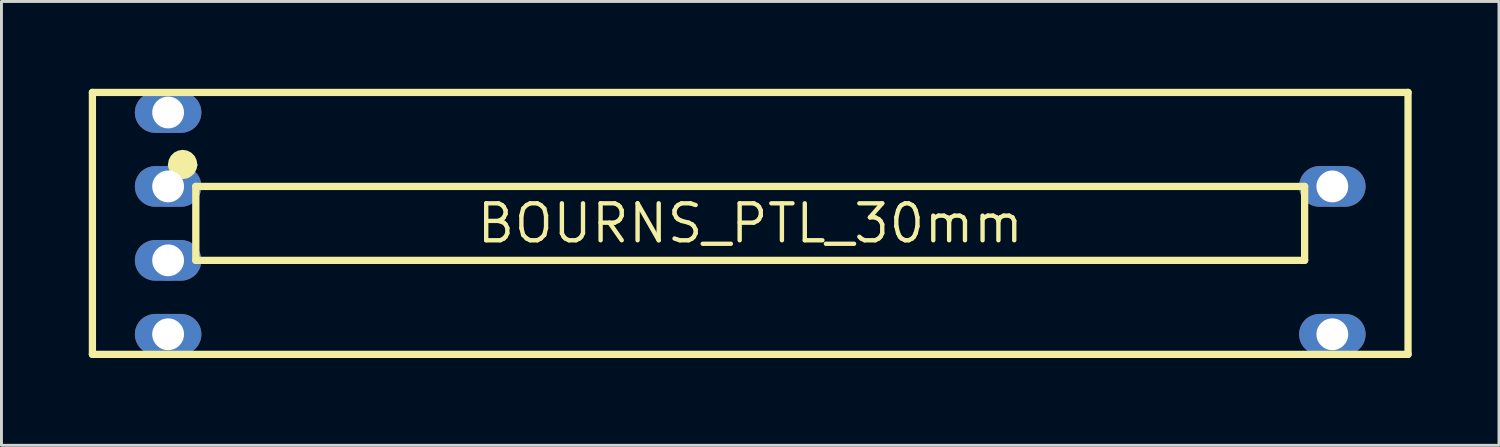
<source format=kicad_pcb>
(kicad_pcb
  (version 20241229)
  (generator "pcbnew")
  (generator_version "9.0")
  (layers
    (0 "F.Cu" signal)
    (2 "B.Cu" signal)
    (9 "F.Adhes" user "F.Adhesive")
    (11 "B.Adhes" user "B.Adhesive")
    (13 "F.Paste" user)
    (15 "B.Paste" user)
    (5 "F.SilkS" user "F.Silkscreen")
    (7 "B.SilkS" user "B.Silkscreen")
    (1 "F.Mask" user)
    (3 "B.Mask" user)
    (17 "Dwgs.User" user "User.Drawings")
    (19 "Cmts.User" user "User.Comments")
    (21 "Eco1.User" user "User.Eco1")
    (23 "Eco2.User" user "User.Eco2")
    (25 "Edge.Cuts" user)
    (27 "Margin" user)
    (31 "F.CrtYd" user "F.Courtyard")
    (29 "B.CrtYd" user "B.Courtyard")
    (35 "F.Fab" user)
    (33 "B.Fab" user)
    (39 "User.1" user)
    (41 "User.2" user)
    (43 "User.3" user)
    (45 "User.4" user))
  (footprint "BOURNS_PTL_30mm"
    (layer "F.Cu")
    (at 22.726 4.625)
    (property "Reference" "BOURNS_PTL_30mm" (at 0 0 0) (layer "F.SilkS") (effects (font (size 1.27 1.27) (thickness 0.15))))
    (fp_poly (pts (xy -19.446 -4.5) (xy -19.34 -4.474) (xy -19.239 -4.432) (xy -19.145 -4.375) (xy -19.061 -4.304) (xy -18.99 -4.221) (xy -18.933 -4.127) (xy -18.891 -4.026) (xy -18.866 -3.919) (xy -18.857 -3.81) (xy -18.866 -3.701) (xy -18.891 -3.594) (xy -18.933 -3.493) (xy -18.99 -3.399) (xy -19.061 -3.316) (xy -19.145 -3.245) (xy -19.239 -3.188) (xy -19.34 -3.146) (xy -19.446 -3.12) (xy -19.556 -3.111) (xy -20.444 -3.111) (xy -20.554 -3.12) (xy -20.66 -3.146) (xy -20.761 -3.188) (xy -20.855 -3.245) (xy -20.939 -3.316) (xy -21.01 -3.399) (xy -21.067 -3.493) (xy -21.109 -3.594) (xy -21.134 -3.701) (xy -21.143 -3.81) (xy -21.134 -3.919) (xy -21.109 -4.026) (xy -21.067 -4.127) (xy -21.01 -4.221) (xy -20.939 -4.304) (xy -20.855 -4.375) (xy -20.761 -4.432) (xy -20.66 -4.474) (xy -20.554 -4.5) (xy -20.444 -4.508) (xy -19.556 -4.508)) (stroke (width 0) (type default)) (fill yes) (layer "F.Cu"))
    (fp_poly (pts (xy -19.446 -1.96) (xy -19.34 -1.934) (xy -19.239 -1.892) (xy -19.145 -1.835) (xy -19.061 -1.764) (xy -18.99 -1.681) (xy -18.933 -1.587) (xy -18.891 -1.486) (xy -18.866 -1.379) (xy -18.857 -1.27) (xy -18.866 -1.161) (xy -18.891 -1.054) (xy -18.933 -0.953) (xy -18.99 -0.859) (xy -19.061 -0.776) (xy -19.145 -0.705) (xy -19.239 -0.648) (xy -19.34 -0.606) (xy -19.446 -0.58) (xy -19.556 -0.571) (xy -20.444 -0.571) (xy -20.554 -0.58) (xy -20.66 -0.606) (xy -20.761 -0.648) (xy -20.855 -0.705) (xy -20.939 -0.776) (xy -21.01 -0.859) (xy -21.067 -0.953) (xy -21.109 -1.054) (xy -21.134 -1.161) (xy -21.143 -1.27) (xy -21.134 -1.379) (xy -21.109 -1.486) (xy -21.067 -1.587) (xy -21.01 -1.681) (xy -20.939 -1.764) (xy -20.855 -1.835) (xy -20.761 -1.892) (xy -20.66 -1.934) (xy -20.554 -1.96) (xy -20.444 -1.969) (xy -19.556 -1.969)) (stroke (width 0) (type default)) (fill yes) (layer "F.Cu"))
    (fp_poly (pts (xy -19.446 0.58) (xy -19.34 0.606) (xy -19.239 0.648) (xy -19.145 0.705) (xy -19.061 0.776) (xy -18.99 0.859) (xy -18.933 0.953) (xy -18.891 1.054) (xy -18.866 1.161) (xy -18.857 1.27) (xy -18.866 1.379) (xy -18.891 1.486) (xy -18.933 1.587) (xy -18.99 1.681) (xy -19.061 1.764) (xy -19.145 1.835) (xy -19.239 1.892) (xy -19.34 1.934) (xy -19.446 1.96) (xy -19.556 1.969) (xy -20.444 1.969) (xy -20.554 1.96) (xy -20.66 1.934) (xy -20.761 1.892) (xy -20.855 1.835) (xy -20.939 1.764) (xy -21.01 1.681) (xy -21.067 1.587) (xy -21.109 1.486) (xy -21.134 1.379) (xy -21.143 1.27) (xy -21.134 1.161) (xy -21.109 1.054) (xy -21.067 0.953) (xy -21.01 0.859) (xy -20.939 0.776) (xy -20.855 0.705) (xy -20.761 0.648) (xy -20.66 0.606) (xy -20.554 0.58) (xy -20.444 0.571) (xy -19.556 0.571)) (stroke (width 0) (type default)) (fill yes) (layer "F.Cu"))
    (fp_poly (pts (xy -19.446 3.12) (xy -19.34 3.146) (xy -19.239 3.188) (xy -19.145 3.245) (xy -19.061 3.316) (xy -18.99 3.399) (xy -18.933 3.493) (xy -18.891 3.594) (xy -18.866 3.701) (xy -18.857 3.81) (xy -18.866 3.919) (xy -18.891 4.026) (xy -18.933 4.127) (xy -18.99 4.221) (xy -19.061 4.304) (xy -19.145 4.375) (xy -19.239 4.432) (xy -19.34 4.474) (xy -19.446 4.5) (xy -19.556 4.508) (xy -20.444 4.508) (xy -20.554 4.5) (xy -20.66 4.474) (xy -20.761 4.432) (xy -20.855 4.375) (xy -20.939 4.304) (xy -21.01 4.221) (xy -21.067 4.127) (xy -21.109 4.026) (xy -21.134 3.919) (xy -21.143 3.81) (xy -21.134 3.701) (xy -21.109 3.594) (xy -21.067 3.493) (xy -21.01 3.399) (xy -20.939 3.316) (xy -20.855 3.245) (xy -20.761 3.188) (xy -20.66 3.146) (xy -20.554 3.12) (xy -20.444 3.111) (xy -19.556 3.111)) (stroke (width 0) (type default)) (fill yes) (layer "F.Cu"))
    (fp_poly (pts (xy 20.554 -1.96) (xy 20.66 -1.934) (xy 20.761 -1.892) (xy 20.855 -1.835) (xy 20.939 -1.764) (xy 21.01 -1.681) (xy 21.067 -1.587) (xy 21.109 -1.486) (xy 21.134 -1.379) (xy 21.143 -1.27) (xy 21.134 -1.161) (xy 21.109 -1.054) (xy 21.067 -0.953) (xy 21.01 -0.859) (xy 20.939 -0.776) (xy 20.855 -0.705) (xy 20.761 -0.648) (xy 20.66 -0.606) (xy 20.554 -0.58) (xy 20.444 -0.571) (xy 19.556 -0.571) (xy 19.446 -0.58) (xy 19.34 -0.606) (xy 19.239 -0.648) (xy 19.145 -0.705) (xy 19.061 -0.776) (xy 18.99 -0.859) (xy 18.933 -0.953) (xy 18.891 -1.054) (xy 18.866 -1.161) (xy 18.857 -1.27) (xy 18.866 -1.379) (xy 18.891 -1.486) (xy 18.933 -1.587) (xy 18.99 -1.681) (xy 19.061 -1.764) (xy 19.145 -1.835) (xy 19.239 -1.892) (xy 19.34 -1.934) (xy 19.446 -1.96) (xy 19.556 -1.969) (xy 20.444 -1.969)) (stroke (width 0) (type default)) (fill yes) (layer "F.Cu"))
    (fp_poly (pts (xy 20.554 3.12) (xy 20.66 3.146) (xy 20.761 3.188) (xy 20.855 3.245) (xy 20.939 3.316) (xy 21.01 3.399) (xy 21.067 3.493) (xy 21.109 3.594) (xy 21.134 3.701) (xy 21.143 3.81) (xy 21.134 3.919) (xy 21.109 4.026) (xy 21.067 4.127) (xy 21.01 4.221) (xy 20.939 4.304) (xy 20.855 4.375) (xy 20.761 4.432) (xy 20.66 4.474) (xy 20.554 4.5) (xy 20.444 4.508) (xy 19.556 4.508) (xy 19.446 4.5) (xy 19.34 4.474) (xy 19.239 4.432) (xy 19.145 4.375) (xy 19.061 4.304) (xy 18.99 4.221) (xy 18.933 4.127) (xy 18.891 4.026) (xy 18.866 3.919) (xy 18.857 3.81) (xy 18.866 3.701) (xy 18.891 3.594) (xy 18.933 3.493) (xy 18.99 3.399) (xy 19.061 3.316) (xy 19.145 3.245) (xy 19.239 3.188) (xy 19.34 3.146) (xy 19.446 3.12) (xy 19.556 3.111) (xy 20.444 3.111)) (stroke (width 0) (type default)) (fill yes) (layer "F.Cu"))
    (fp_poly (pts (xy -19.43 -4.601) (xy -19.308 -4.572) (xy -19.192 -4.524) (xy -19.084 -4.458) (xy -18.989 -4.377) (xy -18.907 -4.281) (xy -18.842 -4.173) (xy -18.794 -4.057) (xy -18.764 -3.935) (xy -18.754 -3.81) (xy -18.764 -3.685) (xy -18.794 -3.563) (xy -18.842 -3.447) (xy -18.907 -3.339) (xy -18.989 -3.243) (xy -19.084 -3.162) (xy -19.192 -3.096) (xy -19.308 -3.048) (xy -19.43 -3.019) (xy -19.556 -3.009) (xy -20.444 -3.009) (xy -20.57 -3.019) (xy -20.692 -3.048) (xy -20.808 -3.096) (xy -20.916 -3.162) (xy -21.011 -3.243) (xy -21.093 -3.339) (xy -21.158 -3.447) (xy -21.206 -3.563) (xy -21.236 -3.685) (xy -21.246 -3.81) (xy -21.236 -3.935) (xy -21.206 -4.057) (xy -21.158 -4.173) (xy -21.093 -4.281) (xy -21.011 -4.377) (xy -20.916 -4.458) (xy -20.808 -4.524) (xy -20.692 -4.572) (xy -20.57 -4.601) (xy -20.444 -4.611) (xy -19.556 -4.611)) (stroke (width 0) (type default)) (fill yes) (layer "F.Mask"))
    (fp_poly (pts (xy -19.43 -2.061) (xy -19.308 -2.032) (xy -19.192 -1.984) (xy -19.084 -1.918) (xy -18.989 -1.837) (xy -18.907 -1.741) (xy -18.842 -1.633) (xy -18.794 -1.517) (xy -18.764 -1.395) (xy -18.754 -1.27) (xy -18.764 -1.145) (xy -18.794 -1.023) (xy -18.842 -0.907) (xy -18.907 -0.799) (xy -18.989 -0.703) (xy -19.084 -0.622) (xy -19.192 -0.556) (xy -19.308 -0.508) (xy -19.43 -0.479) (xy -19.556 -0.469) (xy -20.444 -0.469) (xy -20.57 -0.479) (xy -20.692 -0.508) (xy -20.808 -0.556) (xy -20.916 -0.622) (xy -21.011 -0.703) (xy -21.093 -0.799) (xy -21.158 -0.907) (xy -21.206 -1.023) (xy -21.236 -1.145) (xy -21.246 -1.27) (xy -21.236 -1.395) (xy -21.206 -1.517) (xy -21.158 -1.633) (xy -21.093 -1.741) (xy -21.011 -1.837) (xy -20.916 -1.918) (xy -20.808 -1.984) (xy -20.692 -2.032) (xy -20.57 -2.061) (xy -20.444 -2.071) (xy -19.556 -2.071)) (stroke (width 0) (type default)) (fill yes) (layer "F.Mask"))
    (fp_poly (pts (xy -19.43 0.479) (xy -19.308 0.508) (xy -19.192 0.556) (xy -19.084 0.622) (xy -18.989 0.703) (xy -18.907 0.799) (xy -18.842 0.907) (xy -18.794 1.023) (xy -18.764 1.145) (xy -18.754 1.27) (xy -18.764 1.395) (xy -18.794 1.517) (xy -18.842 1.633) (xy -18.907 1.741) (xy -18.989 1.837) (xy -19.084 1.918) (xy -19.192 1.984) (xy -19.308 2.032) (xy -19.43 2.061) (xy -19.556 2.071) (xy -20.444 2.071) (xy -20.57 2.061) (xy -20.692 2.032) (xy -20.808 1.984) (xy -20.916 1.918) (xy -21.011 1.837) (xy -21.093 1.741) (xy -21.158 1.633) (xy -21.206 1.517) (xy -21.236 1.395) (xy -21.246 1.27) (xy -21.236 1.145) (xy -21.206 1.023) (xy -21.158 0.907) (xy -21.093 0.799) (xy -21.011 0.703) (xy -20.916 0.622) (xy -20.808 0.556) (xy -20.692 0.508) (xy -20.57 0.479) (xy -20.444 0.469) (xy -19.556 0.469)) (stroke (width 0) (type default)) (fill yes) (layer "F.Mask"))
    (fp_poly (pts (xy -19.43 3.019) (xy -19.308 3.048) (xy -19.192 3.096) (xy -19.084 3.162) (xy -18.989 3.243) (xy -18.907 3.339) (xy -18.842 3.447) (xy -18.794 3.563) (xy -18.764 3.685) (xy -18.754 3.81) (xy -18.764 3.935) (xy -18.794 4.057) (xy -18.842 4.173) (xy -18.907 4.281) (xy -18.989 4.377) (xy -19.084 4.458) (xy -19.192 4.524) (xy -19.308 4.572) (xy -19.43 4.601) (xy -19.556 4.611) (xy -20.444 4.611) (xy -20.57 4.601) (xy -20.692 4.572) (xy -20.808 4.524) (xy -20.916 4.458) (xy -21.011 4.377) (xy -21.093 4.281) (xy -21.158 4.173) (xy -21.206 4.057) (xy -21.236 3.935) (xy -21.246 3.81) (xy -21.236 3.685) (xy -21.206 3.563) (xy -21.158 3.447) (xy -21.093 3.339) (xy -21.011 3.243) (xy -20.916 3.162) (xy -20.808 3.096) (xy -20.692 3.048) (xy -20.57 3.019) (xy -20.444 3.009) (xy -19.556 3.009)) (stroke (width 0) (type default)) (fill yes) (layer "F.Mask"))
    (fp_poly (pts (xy 20.57 -2.061) (xy 20.692 -2.032) (xy 20.808 -1.984) (xy 20.916 -1.918) (xy 21.011 -1.837) (xy 21.093 -1.741) (xy 21.158 -1.633) (xy 21.206 -1.517) (xy 21.236 -1.395) (xy 21.246 -1.27) (xy 21.236 -1.145) (xy 21.206 -1.023) (xy 21.158 -0.907) (xy 21.093 -0.799) (xy 21.011 -0.703) (xy 20.916 -0.622) (xy 20.808 -0.556) (xy 20.692 -0.508) (xy 20.57 -0.479) (xy 20.444 -0.469) (xy 19.556 -0.469) (xy 19.43 -0.479) (xy 19.308 -0.508) (xy 19.192 -0.556) (xy 19.084 -0.622) (xy 18.989 -0.703) (xy 18.907 -0.799) (xy 18.842 -0.907) (xy 18.794 -1.023) (xy 18.764 -1.145) (xy 18.754 -1.27) (xy 18.764 -1.395) (xy 18.794 -1.517) (xy 18.842 -1.633) (xy 18.907 -1.741) (xy 18.989 -1.837) (xy 19.084 -1.918) (xy 19.192 -1.984) (xy 19.308 -2.032) (xy 19.43 -2.061) (xy 19.556 -2.071) (xy 20.444 -2.071)) (stroke (width 0) (type default)) (fill yes) (layer "F.Mask"))
    (fp_poly (pts (xy 20.57 3.019) (xy 20.692 3.048) (xy 20.808 3.096) (xy 20.916 3.162) (xy 21.011 3.243) (xy 21.093 3.339) (xy 21.158 3.447) (xy 21.206 3.563) (xy 21.236 3.685) (xy 21.246 3.81) (xy 21.236 3.935) (xy 21.206 4.057) (xy 21.158 4.173) (xy 21.093 4.281) (xy 21.011 4.377) (xy 20.916 4.458) (xy 20.808 4.524) (xy 20.692 4.572) (xy 20.57 4.601) (xy 20.444 4.611) (xy 19.556 4.611) (xy 19.43 4.601) (xy 19.308 4.572) (xy 19.192 4.524) (xy 19.084 4.458) (xy 18.989 4.377) (xy 18.907 4.281) (xy 18.842 4.173) (xy 18.794 4.057) (xy 18.764 3.935) (xy 18.754 3.81) (xy 18.764 3.685) (xy 18.794 3.563) (xy 18.842 3.447) (xy 18.907 3.339) (xy 18.989 3.243) (xy 19.084 3.162) (xy 19.192 3.096) (xy 19.308 3.048) (xy 19.43 3.019) (xy 19.556 3.009) (xy 20.444 3.009)) (stroke (width 0) (type default)) (fill yes) (layer "F.Mask"))
    (fp_poly (pts (xy -19.446 -4.5) (xy -19.34 -4.474) (xy -19.239 -4.432) (xy -19.145 -4.375) (xy -19.061 -4.304) (xy -18.99 -4.221) (xy -18.933 -4.127) (xy -18.891 -4.026) (xy -18.866 -3.919) (xy -18.857 -3.81) (xy -18.866 -3.701) (xy -18.891 -3.594) (xy -18.933 -3.493) (xy -18.99 -3.399) (xy -19.061 -3.316) (xy -19.145 -3.245) (xy -19.239 -3.188) (xy -19.34 -3.146) (xy -19.446 -3.12) (xy -19.556 -3.111) (xy -20.444 -3.111) (xy -20.554 -3.12) (xy -20.66 -3.146) (xy -20.761 -3.188) (xy -20.855 -3.245) (xy -20.939 -3.316) (xy -21.01 -3.399) (xy -21.067 -3.493) (xy -21.109 -3.594) (xy -21.134 -3.701) (xy -21.143 -3.81) (xy -21.134 -3.919) (xy -21.109 -4.026) (xy -21.067 -4.127) (xy -21.01 -4.221) (xy -20.939 -4.304) (xy -20.855 -4.375) (xy -20.761 -4.432) (xy -20.66 -4.474) (xy -20.554 -4.5) (xy -20.444 -4.508) (xy -19.556 -4.508)) (stroke (width 0) (type default)) (fill yes) (layer "B.Cu"))
    (fp_poly (pts (xy -19.446 -1.96) (xy -19.34 -1.934) (xy -19.239 -1.892) (xy -19.145 -1.835) (xy -19.061 -1.764) (xy -18.99 -1.681) (xy -18.933 -1.587) (xy -18.891 -1.486) (xy -18.866 -1.379) (xy -18.857 -1.27) (xy -18.866 -1.161) (xy -18.891 -1.054) (xy -18.933 -0.953) (xy -18.99 -0.859) (xy -19.061 -0.776) (xy -19.145 -0.705) (xy -19.239 -0.648) (xy -19.34 -0.606) (xy -19.446 -0.58) (xy -19.556 -0.571) (xy -20.444 -0.571) (xy -20.554 -0.58) (xy -20.66 -0.606) (xy -20.761 -0.648) (xy -20.855 -0.705) (xy -20.939 -0.776) (xy -21.01 -0.859) (xy -21.067 -0.953) (xy -21.109 -1.054) (xy -21.134 -1.161) (xy -21.143 -1.27) (xy -21.134 -1.379) (xy -21.109 -1.486) (xy -21.067 -1.587) (xy -21.01 -1.681) (xy -20.939 -1.764) (xy -20.855 -1.835) (xy -20.761 -1.892) (xy -20.66 -1.934) (xy -20.554 -1.96) (xy -20.444 -1.969) (xy -19.556 -1.969)) (stroke (width 0) (type default)) (fill yes) (layer "B.Cu"))
    (fp_poly (pts (xy -19.446 0.58) (xy -19.34 0.606) (xy -19.239 0.648) (xy -19.145 0.705) (xy -19.061 0.776) (xy -18.99 0.859) (xy -18.933 0.953) (xy -18.891 1.054) (xy -18.866 1.161) (xy -18.857 1.27) (xy -18.866 1.379) (xy -18.891 1.486) (xy -18.933 1.587) (xy -18.99 1.681) (xy -19.061 1.764) (xy -19.145 1.835) (xy -19.239 1.892) (xy -19.34 1.934) (xy -19.446 1.96) (xy -19.556 1.969) (xy -20.444 1.969) (xy -20.554 1.96) (xy -20.66 1.934) (xy -20.761 1.892) (xy -20.855 1.835) (xy -20.939 1.764) (xy -21.01 1.681) (xy -21.067 1.587) (xy -21.109 1.486) (xy -21.134 1.379) (xy -21.143 1.27) (xy -21.134 1.161) (xy -21.109 1.054) (xy -21.067 0.953) (xy -21.01 0.859) (xy -20.939 0.776) (xy -20.855 0.705) (xy -20.761 0.648) (xy -20.66 0.606) (xy -20.554 0.58) (xy -20.444 0.571) (xy -19.556 0.571)) (stroke (width 0) (type default)) (fill yes) (layer "B.Cu"))
    (fp_poly (pts (xy -19.446 3.12) (xy -19.34 3.146) (xy -19.239 3.188) (xy -19.145 3.245) (xy -19.061 3.316) (xy -18.99 3.399) (xy -18.933 3.493) (xy -18.891 3.594) (xy -18.866 3.701) (xy -18.857 3.81) (xy -18.866 3.919) (xy -18.891 4.026) (xy -18.933 4.127) (xy -18.99 4.221) (xy -19.061 4.304) (xy -19.145 4.375) (xy -19.239 4.432) (xy -19.34 4.474) (xy -19.446 4.5) (xy -19.556 4.508) (xy -20.444 4.508) (xy -20.554 4.5) (xy -20.66 4.474) (xy -20.761 4.432) (xy -20.855 4.375) (xy -20.939 4.304) (xy -21.01 4.221) (xy -21.067 4.127) (xy -21.109 4.026) (xy -21.134 3.919) (xy -21.143 3.81) (xy -21.134 3.701) (xy -21.109 3.594) (xy -21.067 3.493) (xy -21.01 3.399) (xy -20.939 3.316) (xy -20.855 3.245) (xy -20.761 3.188) (xy -20.66 3.146) (xy -20.554 3.12) (xy -20.444 3.111) (xy -19.556 3.111)) (stroke (width 0) (type default)) (fill yes) (layer "B.Cu"))
    (fp_poly (pts (xy 20.554 -1.96) (xy 20.66 -1.934) (xy 20.761 -1.892) (xy 20.855 -1.835) (xy 20.939 -1.764) (xy 21.01 -1.681) (xy 21.067 -1.587) (xy 21.109 -1.486) (xy 21.134 -1.379) (xy 21.143 -1.27) (xy 21.134 -1.161) (xy 21.109 -1.054) (xy 21.067 -0.953) (xy 21.01 -0.859) (xy 20.939 -0.776) (xy 20.855 -0.705) (xy 20.761 -0.648) (xy 20.66 -0.606) (xy 20.554 -0.58) (xy 20.444 -0.571) (xy 19.556 -0.571) (xy 19.446 -0.58) (xy 19.34 -0.606) (xy 19.239 -0.648) (xy 19.145 -0.705) (xy 19.061 -0.776) (xy 18.99 -0.859) (xy 18.933 -0.953) (xy 18.891 -1.054) (xy 18.866 -1.161) (xy 18.857 -1.27) (xy 18.866 -1.379) (xy 18.891 -1.486) (xy 18.933 -1.587) (xy 18.99 -1.681) (xy 19.061 -1.764) (xy 19.145 -1.835) (xy 19.239 -1.892) (xy 19.34 -1.934) (xy 19.446 -1.96) (xy 19.556 -1.969) (xy 20.444 -1.969)) (stroke (width 0) (type default)) (fill yes) (layer "B.Cu"))
    (fp_poly (pts (xy 20.554 3.12) (xy 20.66 3.146) (xy 20.761 3.188) (xy 20.855 3.245) (xy 20.939 3.316) (xy 21.01 3.399) (xy 21.067 3.493) (xy 21.109 3.594) (xy 21.134 3.701) (xy 21.143 3.81) (xy 21.134 3.919) (xy 21.109 4.026) (xy 21.067 4.127) (xy 21.01 4.221) (xy 20.939 4.304) (xy 20.855 4.375) (xy 20.761 4.432) (xy 20.66 4.474) (xy 20.554 4.5) (xy 20.444 4.508) (xy 19.556 4.508) (xy 19.446 4.5) (xy 19.34 4.474) (xy 19.239 4.432) (xy 19.145 4.375) (xy 19.061 4.304) (xy 18.99 4.221) (xy 18.933 4.127) (xy 18.891 4.026) (xy 18.866 3.919) (xy 18.857 3.81) (xy 18.866 3.701) (xy 18.891 3.594) (xy 18.933 3.493) (xy 18.99 3.399) (xy 19.061 3.316) (xy 19.145 3.245) (xy 19.239 3.188) (xy 19.34 3.146) (xy 19.446 3.12) (xy 19.556 3.111) (xy 20.444 3.111)) (stroke (width 0) (type default)) (fill yes) (layer "B.Cu"))
    (fp_poly (pts (xy -19.43 -4.601) (xy -19.308 -4.572) (xy -19.192 -4.524) (xy -19.084 -4.458) (xy -18.989 -4.377) (xy -18.907 -4.281) (xy -18.842 -4.173) (xy -18.794 -4.057) (xy -18.764 -3.935) (xy -18.754 -3.81) (xy -18.764 -3.685) (xy -18.794 -3.563) (xy -18.842 -3.447) (xy -18.907 -3.339) (xy -18.989 -3.243) (xy -19.084 -3.162) (xy -19.192 -3.096) (xy -19.308 -3.048) (xy -19.43 -3.019) (xy -19.556 -3.009) (xy -20.444 -3.009) (xy -20.57 -3.019) (xy -20.692 -3.048) (xy -20.808 -3.096) (xy -20.916 -3.162) (xy -21.011 -3.243) (xy -21.093 -3.339) (xy -21.158 -3.447) (xy -21.206 -3.563) (xy -21.236 -3.685) (xy -21.246 -3.81) (xy -21.236 -3.935) (xy -21.206 -4.057) (xy -21.158 -4.173) (xy -21.093 -4.281) (xy -21.011 -4.377) (xy -20.916 -4.458) (xy -20.808 -4.524) (xy -20.692 -4.572) (xy -20.57 -4.601) (xy -20.444 -4.611) (xy -19.556 -4.611)) (stroke (width 0) (type default)) (fill yes) (layer "B.Mask"))
    (fp_poly (pts (xy -19.43 -2.061) (xy -19.308 -2.032) (xy -19.192 -1.984) (xy -19.084 -1.918) (xy -18.989 -1.837) (xy -18.907 -1.741) (xy -18.842 -1.633) (xy -18.794 -1.517) (xy -18.764 -1.395) (xy -18.754 -1.27) (xy -18.764 -1.145) (xy -18.794 -1.023) (xy -18.842 -0.907) (xy -18.907 -0.799) (xy -18.989 -0.703) (xy -19.084 -0.622) (xy -19.192 -0.556) (xy -19.308 -0.508) (xy -19.43 -0.479) (xy -19.556 -0.469) (xy -20.444 -0.469) (xy -20.57 -0.479) (xy -20.692 -0.508) (xy -20.808 -0.556) (xy -20.916 -0.622) (xy -21.011 -0.703) (xy -21.093 -0.799) (xy -21.158 -0.907) (xy -21.206 -1.023) (xy -21.236 -1.145) (xy -21.246 -1.27) (xy -21.236 -1.395) (xy -21.206 -1.517) (xy -21.158 -1.633) (xy -21.093 -1.741) (xy -21.011 -1.837) (xy -20.916 -1.918) (xy -20.808 -1.984) (xy -20.692 -2.032) (xy -20.57 -2.061) (xy -20.444 -2.071) (xy -19.556 -2.071)) (stroke (width 0) (type default)) (fill yes) (layer "B.Mask"))
    (fp_poly (pts (xy -19.43 0.479) (xy -19.308 0.508) (xy -19.192 0.556) (xy -19.084 0.622) (xy -18.989 0.703) (xy -18.907 0.799) (xy -18.842 0.907) (xy -18.794 1.023) (xy -18.764 1.145) (xy -18.754 1.27) (xy -18.764 1.395) (xy -18.794 1.517) (xy -18.842 1.633) (xy -18.907 1.741) (xy -18.989 1.837) (xy -19.084 1.918) (xy -19.192 1.984) (xy -19.308 2.032) (xy -19.43 2.061) (xy -19.556 2.071) (xy -20.444 2.071) (xy -20.57 2.061) (xy -20.692 2.032) (xy -20.808 1.984) (xy -20.916 1.918) (xy -21.011 1.837) (xy -21.093 1.741) (xy -21.158 1.633) (xy -21.206 1.517) (xy -21.236 1.395) (xy -21.246 1.27) (xy -21.236 1.145) (xy -21.206 1.023) (xy -21.158 0.907) (xy -21.093 0.799) (xy -21.011 0.703) (xy -20.916 0.622) (xy -20.808 0.556) (xy -20.692 0.508) (xy -20.57 0.479) (xy -20.444 0.469) (xy -19.556 0.469)) (stroke (width 0) (type default)) (fill yes) (layer "B.Mask"))
    (fp_poly (pts (xy -19.43 3.019) (xy -19.308 3.048) (xy -19.192 3.096) (xy -19.084 3.162) (xy -18.989 3.243) (xy -18.907 3.339) (xy -18.842 3.447) (xy -18.794 3.563) (xy -18.764 3.685) (xy -18.754 3.81) (xy -18.764 3.935) (xy -18.794 4.057) (xy -18.842 4.173) (xy -18.907 4.281) (xy -18.989 4.377) (xy -19.084 4.458) (xy -19.192 4.524) (xy -19.308 4.572) (xy -19.43 4.601) (xy -19.556 4.611) (xy -20.444 4.611) (xy -20.57 4.601) (xy -20.692 4.572) (xy -20.808 4.524) (xy -20.916 4.458) (xy -21.011 4.377) (xy -21.093 4.281) (xy -21.158 4.173) (xy -21.206 4.057) (xy -21.236 3.935) (xy -21.246 3.81) (xy -21.236 3.685) (xy -21.206 3.563) (xy -21.158 3.447) (xy -21.093 3.339) (xy -21.011 3.243) (xy -20.916 3.162) (xy -20.808 3.096) (xy -20.692 3.048) (xy -20.57 3.019) (xy -20.444 3.009) (xy -19.556 3.009)) (stroke (width 0) (type default)) (fill yes) (layer "B.Mask"))
    (fp_poly (pts (xy 20.57 -2.061) (xy 20.692 -2.032) (xy 20.808 -1.984) (xy 20.916 -1.918) (xy 21.011 -1.837) (xy 21.093 -1.741) (xy 21.158 -1.633) (xy 21.206 -1.517) (xy 21.236 -1.395) (xy 21.246 -1.27) (xy 21.236 -1.145) (xy 21.206 -1.023) (xy 21.158 -0.907) (xy 21.093 -0.799) (xy 21.011 -0.703) (xy 20.916 -0.622) (xy 20.808 -0.556) (xy 20.692 -0.508) (xy 20.57 -0.479) (xy 20.444 -0.469) (xy 19.556 -0.469) (xy 19.43 -0.479) (xy 19.308 -0.508) (xy 19.192 -0.556) (xy 19.084 -0.622) (xy 18.989 -0.703) (xy 18.907 -0.799) (xy 18.842 -0.907) (xy 18.794 -1.023) (xy 18.764 -1.145) (xy 18.754 -1.27) (xy 18.764 -1.395) (xy 18.794 -1.517) (xy 18.842 -1.633) (xy 18.907 -1.741) (xy 18.989 -1.837) (xy 19.084 -1.918) (xy 19.192 -1.984) (xy 19.308 -2.032) (xy 19.43 -2.061) (xy 19.556 -2.071) (xy 20.444 -2.071)) (stroke (width 0) (type default)) (fill yes) (layer "B.Mask"))
    (fp_poly (pts (xy 20.57 3.019) (xy 20.692 3.048) (xy 20.808 3.096) (xy 20.916 3.162) (xy 21.011 3.243) (xy 21.093 3.339) (xy 21.158 3.447) (xy 21.206 3.563) (xy 21.236 3.685) (xy 21.246 3.81) (xy 21.236 3.935) (xy 21.206 4.057) (xy 21.158 4.173) (xy 21.093 4.281) (xy 21.011 4.377) (xy 20.916 4.458) (xy 20.808 4.524) (xy 20.692 4.572) (xy 20.57 4.601) (xy 20.444 4.611) (xy 19.556 4.611) (xy 19.43 4.601) (xy 19.308 4.572) (xy 19.192 4.524) (xy 19.084 4.458) (xy 18.989 4.377) (xy 18.907 4.281) (xy 18.842 4.173) (xy 18.794 4.057) (xy 18.764 3.935) (xy 18.754 3.81) (xy 18.764 3.685) (xy 18.794 3.563) (xy 18.842 3.447) (xy 18.907 3.339) (xy 18.989 3.243) (xy 19.084 3.162) (xy 19.192 3.096) (xy 19.308 3.048) (xy 19.43 3.019) (xy 19.556 3.009) (xy 20.444 3.009)) (stroke (width 0) (type default)) (fill yes) (layer "B.Mask"))
    (fp_line (start -22.601 -4.5) (end -22.601 4.5) (stroke (width 0.25) (type solid)) (layer "F.SilkS"))
    (fp_line (start -22.601 -4.5) (end 22.601 -4.5) (stroke (width 0.25) (type solid)) (layer "F.SilkS"))
    (fp_line (start -22.601 4.5) (end 22.601 4.5) (stroke (width 0.25) (type solid)) (layer "F.SilkS"))
    (fp_line (start -19.048 1.27) (end -19.048 -1.27) (stroke (width 0.25) (type solid)) (layer "F.SilkS"))
    (fp_line (start -19.048 1.27) (end 19.048 1.27) (stroke (width 0.25) (type solid)) (layer "F.SilkS"))
    (fp_line (start 19.048 -1.27) (end -19.048 -1.27) (stroke (width 0.25) (type solid)) (layer "F.SilkS"))
    (fp_line (start 19.048 -1.27) (end 19.048 1.27) (stroke (width 0.25) (type solid)) (layer "F.SilkS"))
    (fp_line (start 22.601 -4.5) (end 22.601 4.5) (stroke (width 0.25) (type solid)) (layer "F.SilkS"))
    (fp_poly (pts (xy -19.37 -2.243) (xy -19.248 -2.223) (xy -19.141 -2.187) (xy -19.044 -2.125) (xy -18.986 -2) (xy -19.043 -1.876) (xy -19.14 -1.812) (xy -19.249 -1.777) (xy -19.37 -1.757) (xy -19.5 -1.75) (xy -19.631 -1.757) (xy -19.752 -1.777) (xy -19.859 -1.812) (xy -19.957 -1.876) (xy -20.015 -2) (xy -19.957 -2.125) (xy -19.859 -2.187) (xy -19.753 -2.223) (xy -19.631 -2.243) (xy -19.5 -2.25)) (stroke (width 0) (type default)) (fill yes) (layer "F.SilkS"))
    (fp_poly (pts (xy -19.345 -2.501) (xy -19.205 -2.431) (xy -19.093 -2.32) (xy -19.022 -2.179) (xy -18.998 -2.024) (xy -19.022 -1.869) (xy -19.093 -1.729) (xy -19.205 -1.619) (xy -19.345 -1.547) (xy -19.5 -1.523) (xy -19.656 -1.547) (xy -19.797 -1.619) (xy -19.907 -1.729) (xy -19.979 -1.869) (xy -20.003 -2.024) (xy -19.979 -2.179) (xy -19.907 -2.32) (xy -19.796 -2.431) (xy -19.656 -2.501) (xy -19.5 -2.527)) (stroke (width 0) (type default)) (fill yes) (layer "F.SilkS"))
    (pad "1" thru_hole circle (at -20 -1.27) (size 1.397 1.397) (drill 1.092) (layers "*.Cu"))
    (pad "2" thru_hole circle (at -20 -3.81) (size 1.397 1.397) (drill 1.092) (layers "*.Cu"))
    (pad "3" thru_hole circle (at 20 -1.27) (size 1.397 1.397) (drill 1.092) (layers "*.Cu"))
    (pad "4" thru_hole circle (at -20 1.27) (size 1.397 1.397) (drill 1.092) (layers "*.Cu"))
    (pad "5" thru_hole circle (at 20 3.81) (size 1.397 1.397) (drill 1.092) (layers "*.Cu"))
    (pad "6" thru_hole circle (at -20 3.81) (size 1.397 1.397) (drill 1.092) (layers "*.Cu")))
  (gr_rect
    (start -3 -3)
    (end 48.452 12.25)
    (stroke (width 0.1) (type default))
    (fill no)
    (layer "Edge.Cuts")))
</source>
